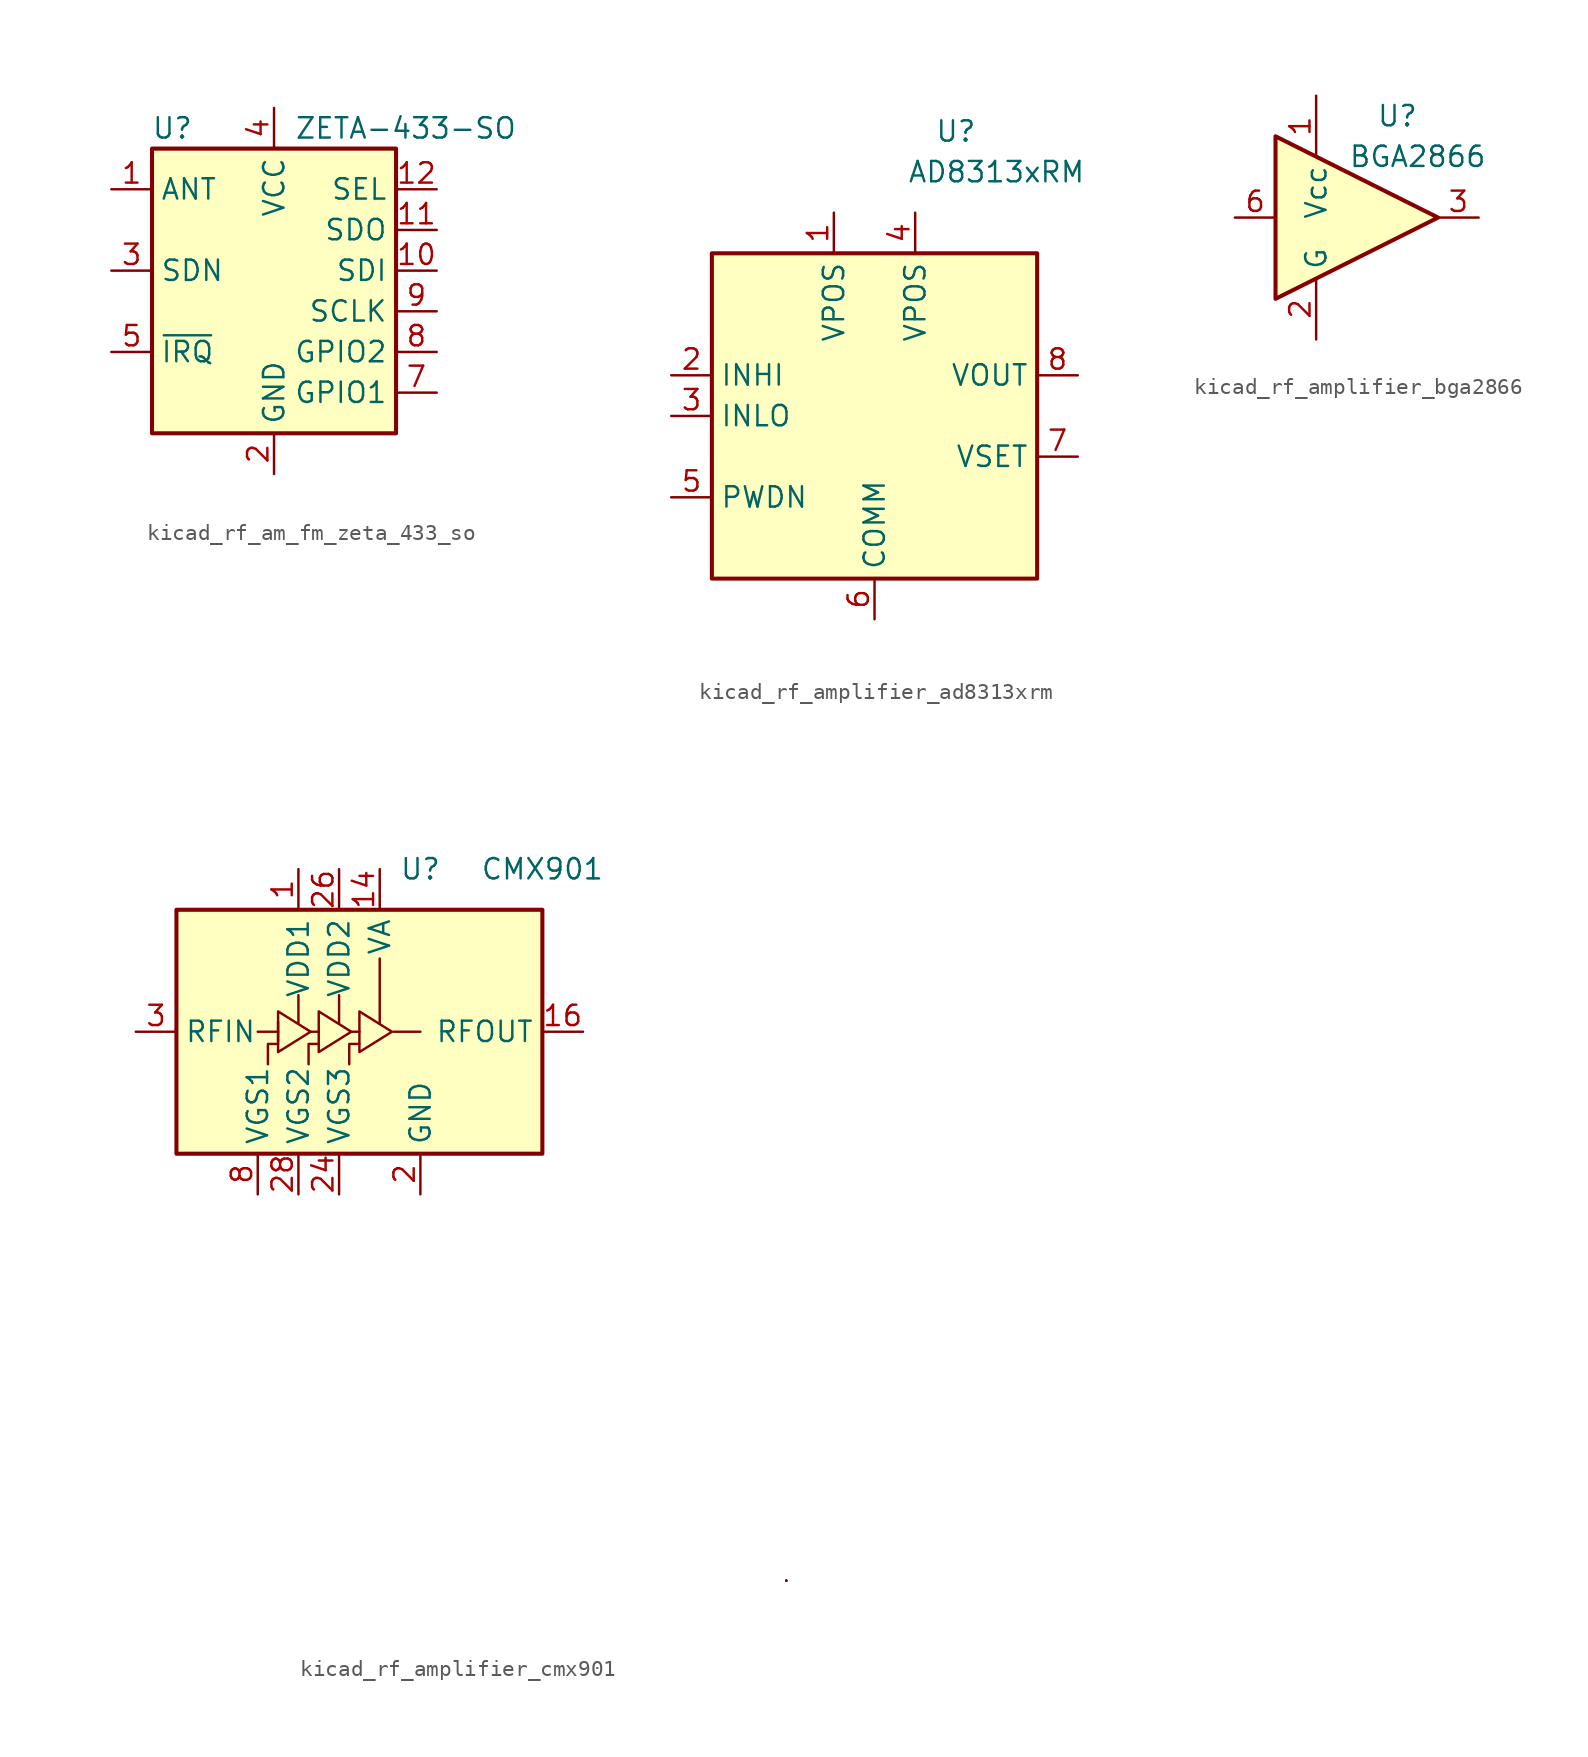
<source format=kicad_sym>
(kicad_symbol_lib
  (version 20220914)
  (generator kicad_symbol_editor)
  (symbol "kicad_rf_am_fm_zeta_433_so"
    (property "Reference" "U"
      (at -6.35 8.89 0)
      (effects (font (size 1.27 1.27))))
    (property "Value" "ZETA-433-SO"
      (at 1.27 8.89 0)
      (effects (font (size 1.27 1.27)) (justify left)))
    (symbol "kicad_rf_am_fm_zeta_433_so_0_1"
      (rectangle (start 7.62 -10.16) (end -7.62 7.62) (stroke (width 0.254) (type default)) (fill (type background))))
    (symbol "kicad_rf_am_fm_zeta_433_so_1_1"
      (pin bidirectional line (at -10.16 5.08 0) (length 2.54) (name "ANT" (effects (font (size 1.27 1.27)))) (number "1" (effects (font (size 1.27 1.27)))))
      (pin input line (at 10.16 0 180) (length 2.54) (name "SDI" (effects (font (size 1.27 1.27)))) (number "10" (effects (font (size 1.27 1.27)))))
      (pin output line (at 10.16 2.54 180) (length 2.54) (name "SDO" (effects (font (size 1.27 1.27)))) (number "11" (effects (font (size 1.27 1.27)))))
      (pin input line (at 10.16 5.08 180) (length 2.54) (name "SEL" (effects (font (size 1.27 1.27)))) (number "12" (effects (font (size 1.27 1.27)))))
      (pin power_in line (at 0 -12.7 90) (length 2.54) (name "GND" (effects (font (size 1.27 1.27)))) (number "2" (effects (font (size 1.27 1.27)))))
      (pin input line (at -10.16 0 0) (length 2.54) (name "SDN" (effects (font (size 1.27 1.27)))) (number "3" (effects (font (size 1.27 1.27)))))
      (pin power_in line (at 0 10.16 270) (length 2.54) (name "VCC" (effects (font (size 1.27 1.27)))) (number "4" (effects (font (size 1.27 1.27)))))
      (pin output line (at -10.16 -5.08 0) (length 2.54) (name "~{IRQ}" (effects (font (size 1.27 1.27)))) (number "5" (effects (font (size 1.27 1.27)))))
      (pin no_connect line (at -7.62 -7.62 0) (length 2.54) hide (name "NC" (effects (font (size 1.27 1.27)))) (number "6" (effects (font (size 1.27 1.27)))))
      (pin bidirectional line (at 10.16 -7.62 180) (length 2.54) (name "GPIO1" (effects (font (size 1.27 1.27)))) (number "7" (effects (font (size 1.27 1.27)))))
      (pin bidirectional line (at 10.16 -5.08 180) (length 2.54) (name "GPIO2" (effects (font (size 1.27 1.27)))) (number "8" (effects (font (size 1.27 1.27)))))
      (pin input line (at 10.16 -2.54 180) (length 2.54) (name "SCLK" (effects (font (size 1.27 1.27)))) (number "9" (effects (font (size 1.27 1.27)))))))
  (symbol "kicad_rf_amplifier_ad8313xrm"
    (property "Reference" "U"
      (at 5.08 17.78 0)
      (effects (font (size 1.27 1.27))))
    (property "Value" "AD8313xRM"
      (at 7.62 15.24 0)
      (effects (font (size 1.27 1.27))))
    (symbol "kicad_rf_amplifier_ad8313xrm_0_1"
      (rectangle (start -10.16 10.16) (end 10.16 -10.16) (stroke (width 0.254) (type default)) (fill (type background))))
    (symbol "kicad_rf_amplifier_ad8313xrm_1_1"
      (pin power_in line (at -2.54 12.7 270) (length 2.54) (name "VPOS" (effects (font (size 1.27 1.27)))) (number "1" (effects (font (size 1.27 1.27)))))
      (pin input line (at -12.7 2.54 0) (length 2.54) (name "INHI" (effects (font (size 1.27 1.27)))) (number "2" (effects (font (size 1.27 1.27)))))
      (pin input line (at -12.7 0 0) (length 2.54) (name "INLO" (effects (font (size 1.27 1.27)))) (number "3" (effects (font (size 1.27 1.27)))))
      (pin power_in line (at 2.54 12.7 270) (length 2.54) (name "VPOS" (effects (font (size 1.27 1.27)))) (number "4" (effects (font (size 1.27 1.27)))))
      (pin input line (at -12.7 -5.08 0) (length 2.54) (name "PWDN" (effects (font (size 1.27 1.27)))) (number "5" (effects (font (size 1.27 1.27)))))
      (pin power_in line (at 0 -12.7 90) (length 2.54) (name "COMM" (effects (font (size 1.27 1.27)))) (number "6" (effects (font (size 1.27 1.27)))))
      (pin input line (at 12.7 -2.54 180) (length 2.54) (name "VSET" (effects (font (size 1.27 1.27)))) (number "7" (effects (font (size 1.27 1.27)))))
      (pin output line (at 12.7 2.54 180) (length 2.54) (name "VOUT" (effects (font (size 1.27 1.27)))) (number "8" (effects (font (size 1.27 1.27)))))))
  (symbol "kicad_rf_amplifier_bga2866"
    (property "Reference" "U"
      (at 2.54 6.35 0)
      (effects (font (size 1.27 1.27))))
    (property "Value" "BGA2866"
      (at 3.81 3.81 0)
      (effects (font (size 1.27 1.27))))
    (symbol "kicad_rf_amplifier_bga2866_0_1"
      (polyline (pts (xy 5.08 0) (xy -5.08 5.08) (xy -5.08 -5.08) (xy 5.08 0)) (stroke (width 0.254) (type default)) (fill (type background))))
    (symbol "kicad_rf_amplifier_bga2866_1_1"
      (pin power_in line (at -2.54 7.62 270) (length 3.81) (name "Vcc" (effects (font (size 1.27 1.27)))) (number "1" (effects (font (size 1.27 1.27)))))
      (pin power_in line (at -2.54 -7.62 90) (length 3.81) (name "G" (effects (font (size 1.27 1.27)))) (number "2" (effects (font (size 1.27 1.27)))))
      (pin output line (at 7.62 0 180) (length 2.54) (name "~" (effects (font (size 1.27 1.27)))) (number "3" (effects (font (size 1.27 1.27)))))
      (pin passive line (at -2.54 -7.62 90) (length 3.81) hide (name "G" (effects (font (size 1.27 1.27)))) (number "4" (effects (font (size 1.27 1.27)))))
      (pin passive line (at -2.54 -7.62 90) (length 3.81) hide (name "G" (effects (font (size 1.27 1.27)))) (number "5" (effects (font (size 1.27 1.27)))))
      (pin input line (at -7.62 0 0) (length 2.54) (name "~" (effects (font (size 1.27 1.27)))) (number "6" (effects (font (size 1.27 1.27)))))))
  (symbol "kicad_rf_amplifier_cmx901"
    (property "Reference" "U"
      (at 2.54 10.16 0)
      (effects (font (size 1.27 1.27))))
    (property "Value" "CMX901"
      (at 10.16 10.16 0)
      (effects (font (size 1.27 1.27))))
    (symbol "kicad_rf_amplifier_cmx901_0_0"
      (pin passive line (at 2.54 -10.16 90) (length 2.54) hide (name "GND" (effects (font (size 1.27 1.27)))) (number "10" (effects (font (size 1.27 1.27)))))
      (pin passive line (at 2.54 -10.16 90) (length 2.54) hide (name "GND" (effects (font (size 1.27 1.27)))) (number "11" (effects (font (size 1.27 1.27)))))
      (pin passive line (at 2.54 -10.16 90) (length 2.54) hide (name "GND" (effects (font (size 1.27 1.27)))) (number "12" (effects (font (size 1.27 1.27)))))
      (pin passive line (at 2.54 -10.16 90) (length 2.54) hide (name "GND" (effects (font (size 1.27 1.27)))) (number "13" (effects (font (size 1.27 1.27)))))
      (pin passive line (at 2.54 -10.16 90) (length 2.54) hide (name "GND" (effects (font (size 1.27 1.27)))) (number "15" (effects (font (size 1.27 1.27)))))
      (pin power_in line (at 2.54 -10.16 90) (length 2.54) (name "GND" (effects (font (size 1.27 1.27)))) (number "2" (effects (font (size 1.27 1.27)))))
      (pin passive line (at 2.54 -10.16 90) (length 2.54) hide (name "GND" (effects (font (size 1.27 1.27)))) (number "21" (effects (font (size 1.27 1.27)))))
      (pin passive line (at 2.54 -10.16 90) (length 2.54) hide (name "GND" (effects (font (size 1.27 1.27)))) (number "22" (effects (font (size 1.27 1.27)))))
      (pin passive line (at 2.54 -10.16 90) (length 2.54) hide (name "GND" (effects (font (size 1.27 1.27)))) (number "23" (effects (font (size 1.27 1.27)))))
      (pin passive line (at 2.54 -10.16 90) (length 2.54) hide (name "GND" (effects (font (size 1.27 1.27)))) (number "25" (effects (font (size 1.27 1.27)))))
      (pin passive line (at 2.54 -10.16 90) (length 2.54) hide (name "GND" (effects (font (size 1.27 1.27)))) (number "27" (effects (font (size 1.27 1.27)))))
      (pin passive line (at 2.54 -10.16 90) (length 2.54) hide (name "GND" (effects (font (size 1.27 1.27)))) (number "29" (effects (font (size 1.27 1.27)))))
      (pin passive line (at 2.54 -10.16 90) (length 2.54) hide (name "GND" (effects (font (size 1.27 1.27)))) (number "4" (effects (font (size 1.27 1.27)))))
      (pin passive line (at 2.54 -10.16 90) (length 2.54) hide (name "GND" (effects (font (size 1.27 1.27)))) (number "6" (effects (font (size 1.27 1.27)))))
      (pin passive line (at 2.54 -10.16 90) (length 2.54) hide (name "GND" (effects (font (size 1.27 1.27)))) (number "7" (effects (font (size 1.27 1.27)))))
      (pin passive line (at 2.54 -10.16 90) (length 2.54) hide (name "GND" (effects (font (size 1.27 1.27)))) (number "9" (effects (font (size 1.27 1.27))))))
    (symbol "kicad_rf_amplifier_cmx901_0_1"
      (rectangle (start -12.7 7.62) (end 10.16 -7.62) (stroke (width 0.254) (type default)) (fill (type background)))
      (polyline (pts (xy -7.62 0) (xy -6.35 0)) (stroke (width 0) (type default)) (fill (type none)))
      (polyline (pts (xy -6.35 -0.635) (xy -6.35 0.635)) (stroke (width 0) (type default)) (fill (type none)))
      (polyline (pts (xy -5.08 0.508) (xy -5.08 2.286)) (stroke (width 0) (type default)) (fill (type none)))
      (polyline (pts (xy -4.318 0) (xy -3.81 0)) (stroke (width 0) (type default)) (fill (type none)))
      (polyline (pts (xy -2.54 0.508) (xy -2.54 2.286)) (stroke (width 0) (type default)) (fill (type none)))
      (polyline (pts (xy -1.778 0) (xy -1.27 0)) (stroke (width 0) (type default)) (fill (type none)))
      (polyline (pts (xy 0 0.508) (xy 0 4.572)) (stroke (width 0) (type default)) (fill (type none)))
      (polyline (pts (xy 0.864 0) (xy 2.54 0)) (stroke (width 0) (type default)) (fill (type none)))
      (polyline (pts (xy 25.4 -34.29) (xy 25.4 -34.29)) (stroke (width 0) (type default)) (fill (type none)))
      (polyline (pts (xy 25.4 -34.29) (xy 25.4 -34.29)) (stroke (width 0) (type default)) (fill (type none)))
      (polyline (pts (xy 25.4 -34.29) (xy 25.4 -34.29)) (stroke (width 0) (type default)) (fill (type none)))
      (polyline (pts (xy 25.4 -34.29) (xy 25.4 -34.29)) (stroke (width 0) (type default)) (fill (type none)))
      (polyline (pts (xy -6.35 -0.762) (xy -6.985 -0.762) (xy -6.985 -2.032)) (stroke (width 0) (type default)) (fill (type none)))
      (polyline (pts (xy -3.81 -0.762) (xy -4.445 -0.762) (xy -4.445 -2.032)) (stroke (width 0) (type default)) (fill (type none)))
      (polyline (pts (xy -1.27 -0.762) (xy -1.905 -0.762) (xy -1.905 -2.032)) (stroke (width 0) (type default)) (fill (type none)))
      (polyline (pts (xy -6.35 0) (xy -6.35 1.27) (xy -4.318 0) (xy -6.35 -1.27) (xy -6.35 0)) (stroke (width 0) (type default)) (fill (type none)))
      (polyline (pts (xy -3.81 0) (xy -3.81 1.27) (xy -1.778 0) (xy -3.81 -1.27) (xy -3.81 0)) (stroke (width 0) (type default)) (fill (type none)))
      (polyline (pts (xy -1.27 0) (xy -1.27 1.27) (xy 0.762 0) (xy -1.27 -1.27) (xy -1.27 0)) (stroke (width 0) (type default)) (fill (type none))))
    (symbol "kicad_rf_amplifier_cmx901_1_1"
      (pin power_in line (at -5.08 10.16 270) (length 2.54) (name "VDD1" (effects (font (size 1.27 1.27)))) (number "1" (effects (font (size 1.27 1.27)))))
      (pin power_in line (at 0 10.16 270) (length 2.54) (name "VA" (effects (font (size 1.27 1.27)))) (number "14" (effects (font (size 1.27 1.27)))))
      (pin output line (at 12.7 0 180) (length 2.54) (name "RFOUT" (effects (font (size 1.27 1.27)))) (number "16" (effects (font (size 1.27 1.27)))))
      (pin output line (at 12.7 0 180) (length 2.54) hide (name "RFOUT" (effects (font (size 1.27 1.27)))) (number "17" (effects (font (size 1.27 1.27)))))
      (pin output line (at 12.7 0 180) (length 2.54) hide (name "RFOUT" (effects (font (size 1.27 1.27)))) (number "18" (effects (font (size 1.27 1.27)))))
      (pin output line (at 12.7 0 180) (length 2.54) hide (name "RFOUT" (effects (font (size 1.27 1.27)))) (number "19" (effects (font (size 1.27 1.27)))))
      (pin output line (at 12.7 0 180) (length 2.54) hide (name "RFOUT" (effects (font (size 1.27 1.27)))) (number "20" (effects (font (size 1.27 1.27)))))
      (pin input line (at -2.54 -10.16 90) (length 2.54) (name "VGS3" (effects (font (size 1.27 1.27)))) (number "24" (effects (font (size 1.27 1.27)))))
      (pin power_in line (at -2.54 10.16 270) (length 2.54) (name "VDD2" (effects (font (size 1.27 1.27)))) (number "26" (effects (font (size 1.27 1.27)))))
      (pin input line (at -5.08 -10.16 90) (length 2.54) (name "VGS2" (effects (font (size 1.27 1.27)))) (number "28" (effects (font (size 1.27 1.27)))))
      (pin input line (at -15.24 0 0) (length 2.54) (name "RFIN" (effects (font (size 1.27 1.27)))) (number "3" (effects (font (size 1.27 1.27)))))
      (pin input line (at -15.24 0 0) (length 2.54) hide (name "RFIN" (effects (font (size 1.27 1.27)))) (number "5" (effects (font (size 1.27 1.27)))))
      (pin input line (at -7.62 -10.16 90) (length 2.54) (name "VGS1" (effects (font (size 1.27 1.27)))) (number "8" (effects (font (size 1.27 1.27))))))))
</source>
